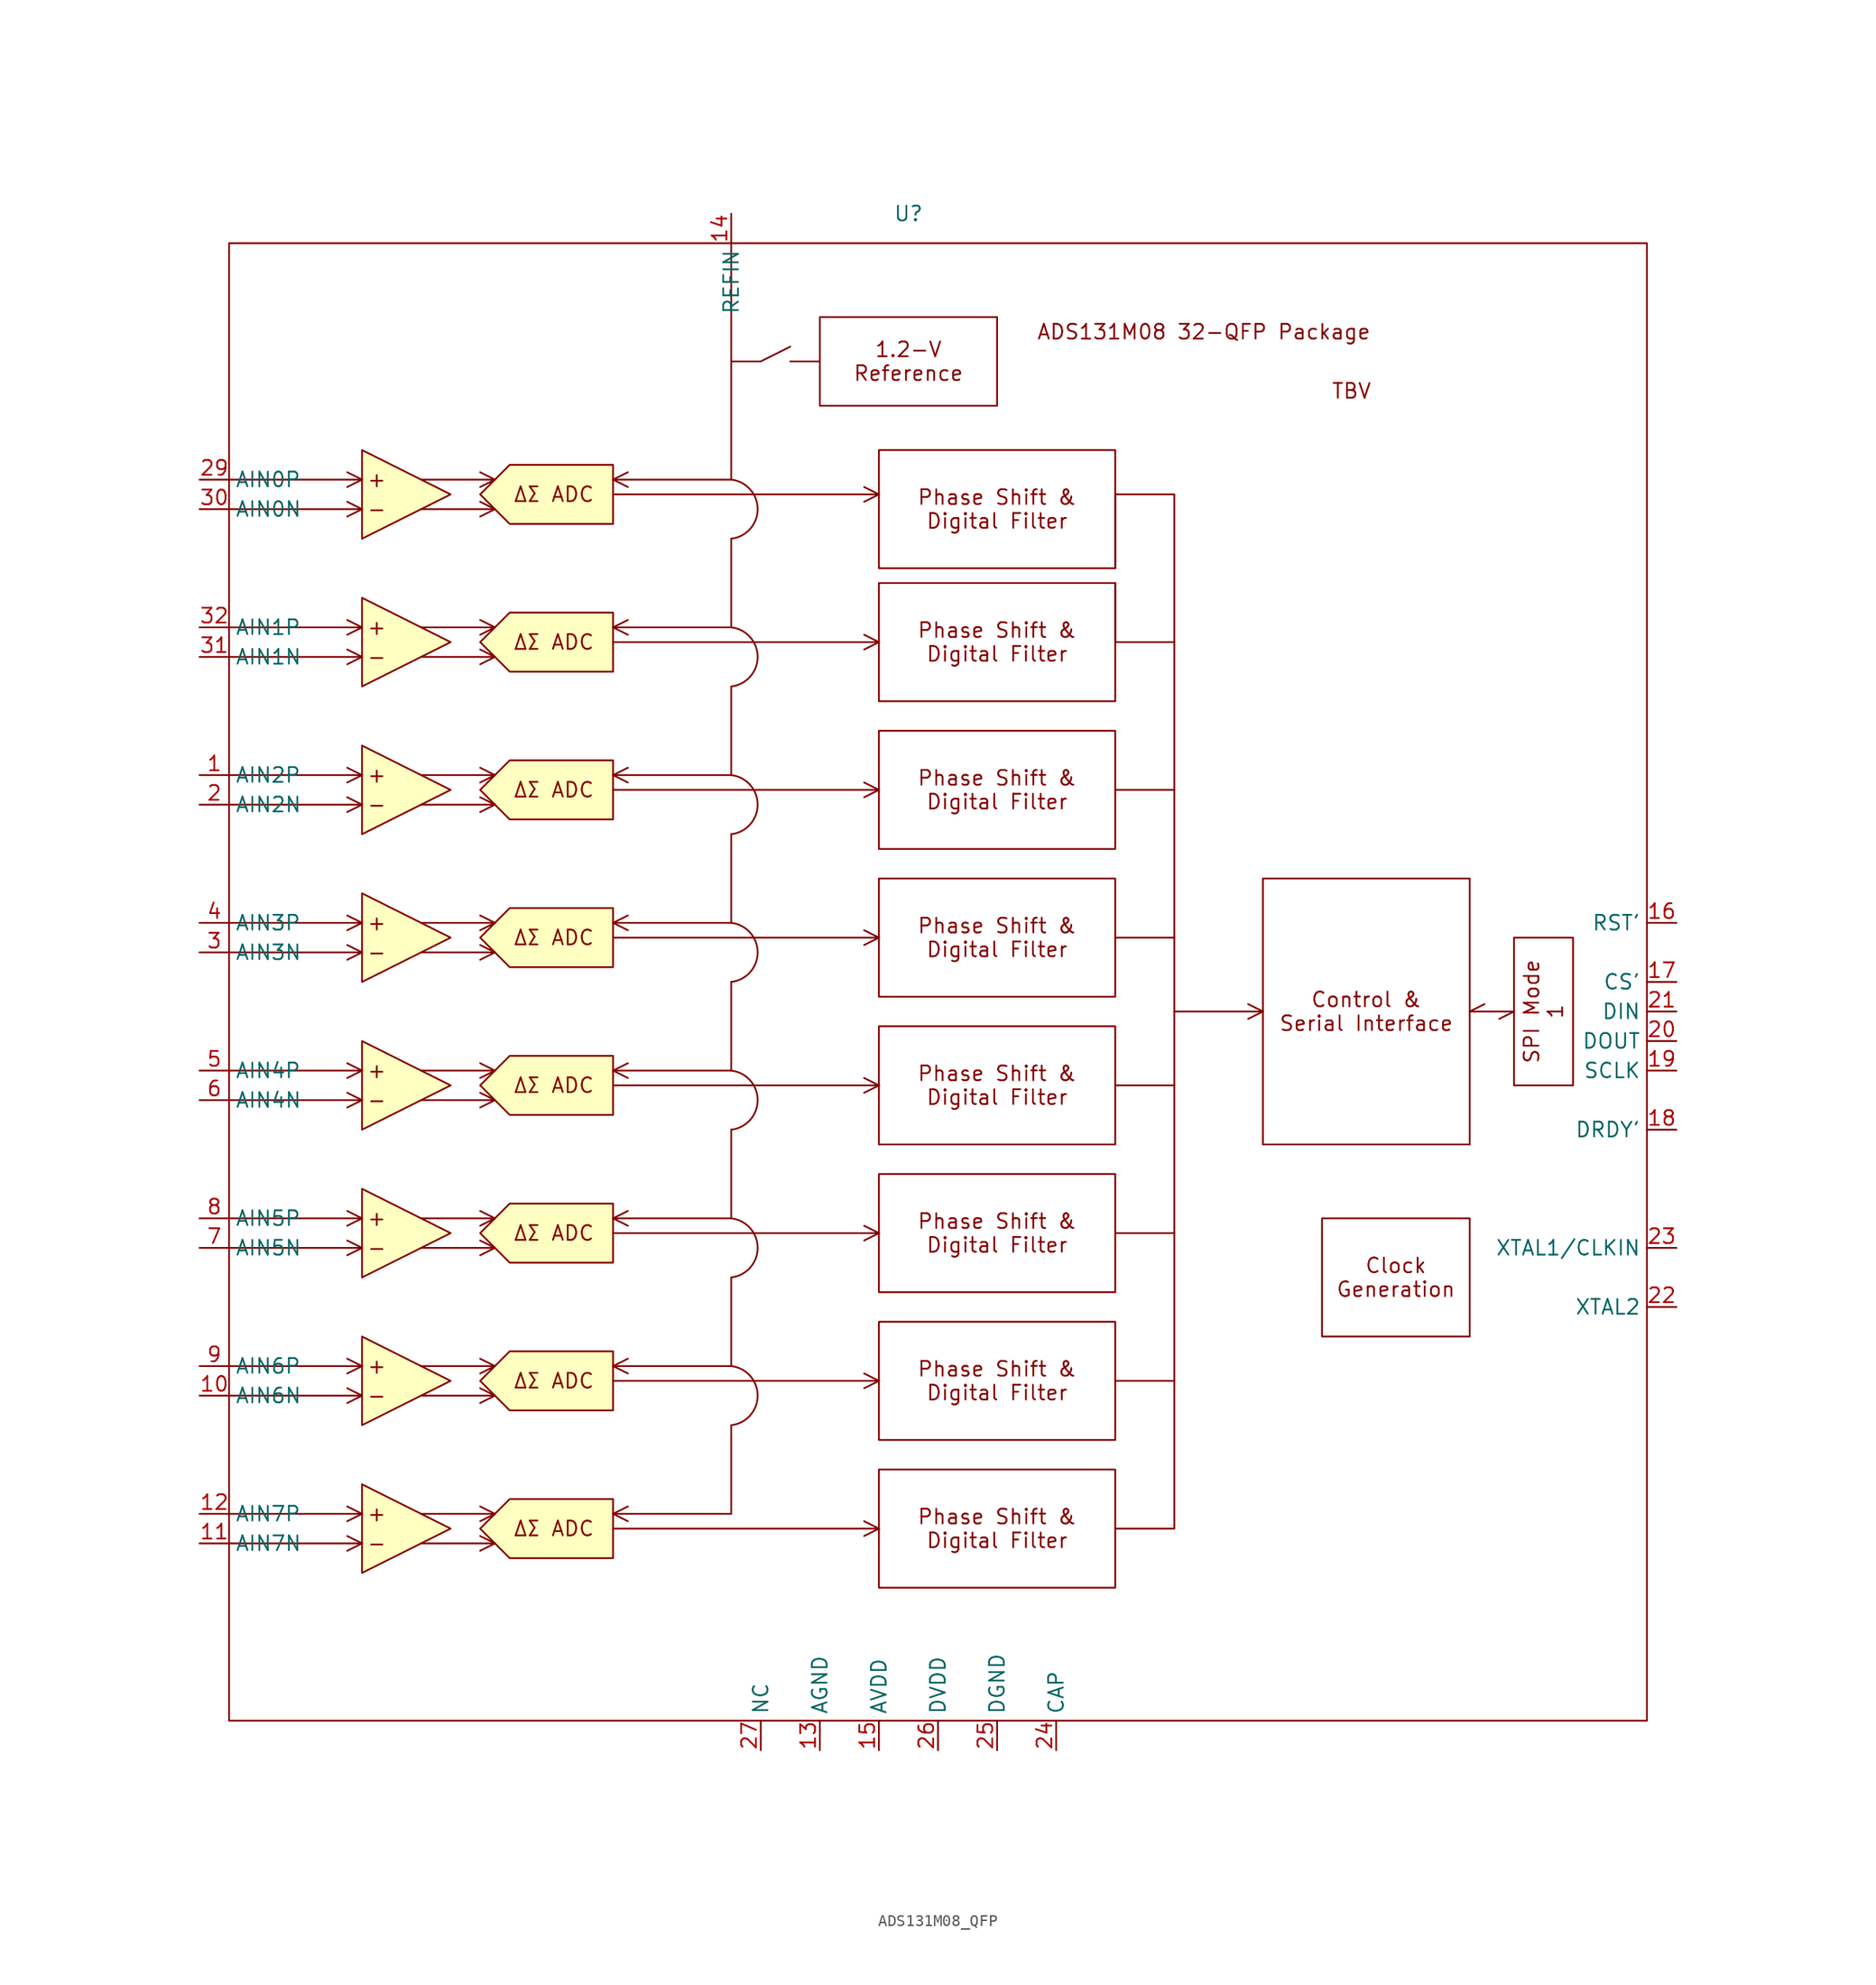
<source format=kicad_sym>
(kicad_symbol_lib
  (version 20220914)
  (generator kicad_symbol_editor)
  (symbol "ADS131M08_QFP"
    (property "Reference" "U"
      (at 30.48 30.48 0)
      (effects (font (size 1.27 1.27))))
    (property "Value" ""
      (at 91.44 -40.64 0)
      (effects (font (size 1.27 1.27))))
    (symbol "ADS131M08_QFP_0_1"
      (polyline (pts (xy 20.32 17.78) (xy 22.86 17.78)) (stroke (width 0) (type default)) (fill (type none)))
      (polyline (pts (xy 15.24 17.78) (xy 17.78 17.78) (xy 20.32 19.05)) (stroke (width 0) (type default)) (fill (type none))))
    (symbol "ADS131M08_QFP_1_1"
      (rectangle (start -27.94 27.94) (end 93.98 -99.06) (stroke (width 0) (type default)) (fill (type none)))
      (polyline (pts (xy -27.94 -83.82) (xy -16.51 -83.82)) (stroke (width 0) (type default)) (fill (type none)))
      (polyline (pts (xy -27.94 -81.28) (xy -16.51 -81.28)) (stroke (width 0) (type default)) (fill (type none)))
      (polyline (pts (xy -27.94 -71.12) (xy -16.51 -71.12)) (stroke (width 0) (type default)) (fill (type none)))
      (polyline (pts (xy -27.94 -68.58) (xy -16.51 -68.58)) (stroke (width 0) (type default)) (fill (type none)))
      (polyline (pts (xy -27.94 -58.42) (xy -16.51 -58.42)) (stroke (width 0) (type default)) (fill (type none)))
      (polyline (pts (xy -27.94 -55.88) (xy -16.51 -55.88)) (stroke (width 0) (type default)) (fill (type none)))
      (polyline (pts (xy -27.94 -45.72) (xy -16.51 -45.72)) (stroke (width 0) (type default)) (fill (type none)))
      (polyline (pts (xy -27.94 -43.18) (xy -16.51 -43.18)) (stroke (width 0) (type default)) (fill (type none)))
      (polyline (pts (xy -27.94 -33.02) (xy -16.51 -33.02)) (stroke (width 0) (type default)) (fill (type none)))
      (polyline (pts (xy -27.94 -30.48) (xy -16.51 -30.48)) (stroke (width 0) (type default)) (fill (type none)))
      (polyline (pts (xy -27.94 -20.32) (xy -16.51 -20.32)) (stroke (width 0) (type default)) (fill (type none)))
      (polyline (pts (xy -27.94 -17.78) (xy -16.51 -17.78)) (stroke (width 0) (type default)) (fill (type none)))
      (polyline (pts (xy -27.94 -7.62) (xy -16.51 -7.62)) (stroke (width 0) (type default)) (fill (type none)))
      (polyline (pts (xy -27.94 -5.08) (xy -16.51 -5.08)) (stroke (width 0) (type default)) (fill (type none)))
      (polyline (pts (xy -27.94 5.08) (xy -16.51 5.08)) (stroke (width 0) (type default)) (fill (type none)))
      (polyline (pts (xy -27.94 7.62) (xy -16.51 7.62)) (stroke (width 0) (type default)) (fill (type none)))
      (polyline (pts (xy -16.51 -83.82) (xy -17.78 -84.455)) (stroke (width 0) (type default)) (fill (type color) (color 0 0 0 0)))
      (polyline (pts (xy -16.51 -83.82) (xy -17.78 -83.185)) (stroke (width 0) (type default)) (fill (type color) (color 0 0 0 0)))
      (polyline (pts (xy -16.51 -81.28) (xy -17.78 -81.915)) (stroke (width 0) (type default)) (fill (type color) (color 0 0 0 0)))
      (polyline (pts (xy -16.51 -81.28) (xy -17.78 -80.645)) (stroke (width 0) (type default)) (fill (type color) (color 0 0 0 0)))
      (polyline (pts (xy -16.51 -71.12) (xy -17.78 -71.755)) (stroke (width 0) (type default)) (fill (type color) (color 0 0 0 0)))
      (polyline (pts (xy -16.51 -71.12) (xy -17.78 -70.485)) (stroke (width 0) (type default)) (fill (type color) (color 0 0 0 0)))
      (polyline (pts (xy -16.51 -68.58) (xy -17.78 -69.215)) (stroke (width 0) (type default)) (fill (type color) (color 0 0 0 0)))
      (polyline (pts (xy -16.51 -68.58) (xy -17.78 -67.945)) (stroke (width 0) (type default)) (fill (type color) (color 0 0 0 0)))
      (polyline (pts (xy -16.51 -58.42) (xy -17.78 -59.055)) (stroke (width 0) (type default)) (fill (type color) (color 0 0 0 0)))
      (polyline (pts (xy -16.51 -58.42) (xy -17.78 -57.785)) (stroke (width 0) (type default)) (fill (type color) (color 0 0 0 0)))
      (polyline (pts (xy -16.51 -55.88) (xy -17.78 -56.515)) (stroke (width 0) (type default)) (fill (type color) (color 0 0 0 0)))
      (polyline (pts (xy -16.51 -55.88) (xy -17.78 -55.245)) (stroke (width 0) (type default)) (fill (type color) (color 0 0 0 0)))
      (polyline (pts (xy -16.51 -45.72) (xy -17.78 -46.355)) (stroke (width 0) (type default)) (fill (type color) (color 0 0 0 0)))
      (polyline (pts (xy -16.51 -45.72) (xy -17.78 -45.085)) (stroke (width 0) (type default)) (fill (type color) (color 0 0 0 0)))
      (polyline (pts (xy -16.51 -43.18) (xy -17.78 -43.815)) (stroke (width 0) (type default)) (fill (type color) (color 0 0 0 0)))
      (polyline (pts (xy -16.51 -43.18) (xy -17.78 -42.545)) (stroke (width 0) (type default)) (fill (type color) (color 0 0 0 0)))
      (polyline (pts (xy -16.51 -33.02) (xy -17.78 -33.655)) (stroke (width 0) (type default)) (fill (type color) (color 0 0 0 0)))
      (polyline (pts (xy -16.51 -33.02) (xy -17.78 -32.385)) (stroke (width 0) (type default)) (fill (type color) (color 0 0 0 0)))
      (polyline (pts (xy -16.51 -30.48) (xy -17.78 -31.115)) (stroke (width 0) (type default)) (fill (type color) (color 0 0 0 0)))
      (polyline (pts (xy -16.51 -30.48) (xy -17.78 -29.845)) (stroke (width 0) (type default)) (fill (type color) (color 0 0 0 0)))
      (polyline (pts (xy -16.51 -20.32) (xy -17.78 -20.955)) (stroke (width 0) (type default)) (fill (type color) (color 0 0 0 0)))
      (polyline (pts (xy -16.51 -20.32) (xy -17.78 -19.685)) (stroke (width 0) (type default)) (fill (type color) (color 0 0 0 0)))
      (polyline (pts (xy -16.51 -17.78) (xy -17.78 -18.415)) (stroke (width 0) (type default)) (fill (type color) (color 0 0 0 0)))
      (polyline (pts (xy -16.51 -17.78) (xy -17.78 -17.145)) (stroke (width 0) (type default)) (fill (type color) (color 0 0 0 0)))
      (polyline (pts (xy -16.51 -7.62) (xy -17.78 -8.255)) (stroke (width 0) (type default)) (fill (type color) (color 0 0 0 0)))
      (polyline (pts (xy -16.51 -7.62) (xy -17.78 -6.985)) (stroke (width 0) (type default)) (fill (type color) (color 0 0 0 0)))
      (polyline (pts (xy -16.51 -5.08) (xy -17.78 -5.715)) (stroke (width 0) (type default)) (fill (type color) (color 0 0 0 0)))
      (polyline (pts (xy -16.51 -5.08) (xy -17.78 -4.445)) (stroke (width 0) (type default)) (fill (type color) (color 0 0 0 0)))
      (polyline (pts (xy -16.51 5.08) (xy -17.78 4.445)) (stroke (width 0) (type default)) (fill (type color) (color 0 0 0 0)))
      (polyline (pts (xy -16.51 5.08) (xy -17.78 5.715)) (stroke (width 0) (type default)) (fill (type color) (color 0 0 0 0)))
      (polyline (pts (xy -16.51 7.62) (xy -17.78 6.985)) (stroke (width 0) (type default)) (fill (type color) (color 0 0 0 0)))
      (polyline (pts (xy -16.51 7.62) (xy -17.78 8.255)) (stroke (width 0) (type default)) (fill (type color) (color 0 0 0 0)))
      (polyline (pts (xy -11.43 -83.82) (xy -5.08 -83.82)) (stroke (width 0) (type default)) (fill (type none)))
      (polyline (pts (xy -11.43 -81.28) (xy -5.08 -81.28)) (stroke (width 0) (type default)) (fill (type none)))
      (polyline (pts (xy -11.43 -71.12) (xy -5.08 -71.12)) (stroke (width 0) (type default)) (fill (type none)))
      (polyline (pts (xy -11.43 -68.58) (xy -5.08 -68.58)) (stroke (width 0) (type default)) (fill (type none)))
      (polyline (pts (xy -11.43 -58.42) (xy -5.08 -58.42)) (stroke (width 0) (type default)) (fill (type none)))
      (polyline (pts (xy -11.43 -55.88) (xy -5.08 -55.88)) (stroke (width 0) (type default)) (fill (type none)))
      (polyline (pts (xy -11.43 -45.72) (xy -5.08 -45.72)) (stroke (width 0) (type default)) (fill (type none)))
      (polyline (pts (xy -11.43 -43.18) (xy -5.08 -43.18)) (stroke (width 0) (type default)) (fill (type none)))
      (polyline (pts (xy -11.43 -33.02) (xy -5.08 -33.02)) (stroke (width 0) (type default)) (fill (type none)))
      (polyline (pts (xy -11.43 -30.48) (xy -5.08 -30.48)) (stroke (width 0) (type default)) (fill (type none)))
      (polyline (pts (xy -11.43 -20.32) (xy -5.08 -20.32)) (stroke (width 0) (type default)) (fill (type none)))
      (polyline (pts (xy -11.43 -17.78) (xy -5.08 -17.78)) (stroke (width 0) (type default)) (fill (type none)))
      (polyline (pts (xy -11.43 -7.62) (xy -5.08 -7.62)) (stroke (width 0) (type default)) (fill (type none)))
      (polyline (pts (xy -11.43 -5.08) (xy -5.08 -5.08)) (stroke (width 0) (type default)) (fill (type none)))
      (polyline (pts (xy -11.43 5.08) (xy -5.08 5.08)) (stroke (width 0) (type default)) (fill (type none)))
      (polyline (pts (xy -11.43 7.62) (xy -5.08 7.62)) (stroke (width 0) (type default)) (fill (type none)))
      (polyline (pts (xy -5.08 -83.82) (xy -6.35 -84.455)) (stroke (width 0) (type default)) (fill (type color) (color 0 0 0 0)))
      (polyline (pts (xy -5.08 -83.82) (xy -6.35 -83.185)) (stroke (width 0) (type default)) (fill (type color) (color 0 0 0 0)))
      (polyline (pts (xy -5.08 -81.28) (xy -6.35 -81.915)) (stroke (width 0) (type default)) (fill (type color) (color 0 0 0 0)))
      (polyline (pts (xy -5.08 -81.28) (xy -6.35 -80.645)) (stroke (width 0) (type default)) (fill (type color) (color 0 0 0 0)))
      (polyline (pts (xy -5.08 -71.12) (xy -6.35 -71.755)) (stroke (width 0) (type default)) (fill (type color) (color 0 0 0 0)))
      (polyline (pts (xy -5.08 -71.12) (xy -6.35 -70.485)) (stroke (width 0) (type default)) (fill (type color) (color 0 0 0 0)))
      (polyline (pts (xy -5.08 -68.58) (xy -6.35 -69.215)) (stroke (width 0) (type default)) (fill (type color) (color 0 0 0 0)))
      (polyline (pts (xy -5.08 -68.58) (xy -6.35 -67.945)) (stroke (width 0) (type default)) (fill (type color) (color 0 0 0 0)))
      (polyline (pts (xy -5.08 -58.42) (xy -6.35 -59.055)) (stroke (width 0) (type default)) (fill (type color) (color 0 0 0 0)))
      (polyline (pts (xy -5.08 -58.42) (xy -6.35 -57.785)) (stroke (width 0) (type default)) (fill (type color) (color 0 0 0 0)))
      (polyline (pts (xy -5.08 -55.88) (xy -6.35 -56.515)) (stroke (width 0) (type default)) (fill (type color) (color 0 0 0 0)))
      (polyline (pts (xy -5.08 -55.88) (xy -6.35 -55.245)) (stroke (width 0) (type default)) (fill (type color) (color 0 0 0 0)))
      (polyline (pts (xy -5.08 -45.72) (xy -6.35 -46.355)) (stroke (width 0) (type default)) (fill (type color) (color 0 0 0 0)))
      (polyline (pts (xy -5.08 -45.72) (xy -6.35 -45.085)) (stroke (width 0) (type default)) (fill (type color) (color 0 0 0 0)))
      (polyline (pts (xy -5.08 -43.18) (xy -6.35 -43.815)) (stroke (width 0) (type default)) (fill (type color) (color 0 0 0 0)))
      (polyline (pts (xy -5.08 -43.18) (xy -6.35 -42.545)) (stroke (width 0) (type default)) (fill (type color) (color 0 0 0 0)))
      (polyline (pts (xy -5.08 -33.02) (xy -6.35 -33.655)) (stroke (width 0) (type default)) (fill (type color) (color 0 0 0 0)))
      (polyline (pts (xy -5.08 -33.02) (xy -6.35 -32.385)) (stroke (width 0) (type default)) (fill (type color) (color 0 0 0 0)))
      (polyline (pts (xy -5.08 -30.48) (xy -6.35 -31.115)) (stroke (width 0) (type default)) (fill (type color) (color 0 0 0 0)))
      (polyline (pts (xy -5.08 -30.48) (xy -6.35 -29.845)) (stroke (width 0) (type default)) (fill (type color) (color 0 0 0 0)))
      (polyline (pts (xy -5.08 -20.32) (xy -6.35 -20.955)) (stroke (width 0) (type default)) (fill (type color) (color 0 0 0 0)))
      (polyline (pts (xy -5.08 -20.32) (xy -6.35 -19.685)) (stroke (width 0) (type default)) (fill (type color) (color 0 0 0 0)))
      (polyline (pts (xy -5.08 -17.78) (xy -6.35 -18.415)) (stroke (width 0) (type default)) (fill (type color) (color 0 0 0 0)))
      (polyline (pts (xy -5.08 -17.78) (xy -6.35 -17.145)) (stroke (width 0) (type default)) (fill (type color) (color 0 0 0 0)))
      (polyline (pts (xy -5.08 -7.62) (xy -6.35 -8.255)) (stroke (width 0) (type default)) (fill (type color) (color 0 0 0 0)))
      (polyline (pts (xy -5.08 -7.62) (xy -6.35 -6.985)) (stroke (width 0) (type default)) (fill (type color) (color 0 0 0 0)))
      (polyline (pts (xy -5.08 -5.08) (xy -6.35 -5.715)) (stroke (width 0) (type default)) (fill (type color) (color 0 0 0 0)))
      (polyline (pts (xy -5.08 -5.08) (xy -6.35 -4.445)) (stroke (width 0) (type default)) (fill (type color) (color 0 0 0 0)))
      (polyline (pts (xy -5.08 5.08) (xy -6.35 4.445)) (stroke (width 0) (type default)) (fill (type color) (color 0 0 0 0)))
      (polyline (pts (xy -5.08 5.08) (xy -6.35 5.715)) (stroke (width 0) (type default)) (fill (type color) (color 0 0 0 0)))
      (polyline (pts (xy -5.08 7.62) (xy -6.35 6.985)) (stroke (width 0) (type default)) (fill (type color) (color 0 0 0 0)))
      (polyline (pts (xy -5.08 7.62) (xy -6.35 8.255)) (stroke (width 0) (type default)) (fill (type color) (color 0 0 0 0)))
      (polyline (pts (xy 5.08 -82.55) (xy 27.94 -82.55)) (stroke (width 0) (type default)) (fill (type color) (color 0 0 0 0)))
      (polyline (pts (xy 5.08 -81.28) (xy 6.35 -81.915)) (stroke (width 0) (type default)) (fill (type color) (color 0 0 0 0)))
      (polyline (pts (xy 5.08 -81.28) (xy 6.35 -80.645)) (stroke (width 0) (type default)) (fill (type color) (color 0 0 0 0)))
      (polyline (pts (xy 5.08 -69.85) (xy 27.94 -69.85)) (stroke (width 0) (type default)) (fill (type color) (color 0 0 0 0)))
      (polyline (pts (xy 5.08 -68.58) (xy 6.35 -69.215)) (stroke (width 0) (type default)) (fill (type color) (color 0 0 0 0)))
      (polyline (pts (xy 5.08 -68.58) (xy 6.35 -67.945)) (stroke (width 0) (type default)) (fill (type color) (color 0 0 0 0)))
      (polyline (pts (xy 5.08 -57.15) (xy 27.94 -57.15)) (stroke (width 0) (type default)) (fill (type color) (color 0 0 0 0)))
      (polyline (pts (xy 5.08 -55.88) (xy 6.35 -56.515)) (stroke (width 0) (type default)) (fill (type color) (color 0 0 0 0)))
      (polyline (pts (xy 5.08 -55.88) (xy 6.35 -55.245)) (stroke (width 0) (type default)) (fill (type color) (color 0 0 0 0)))
      (polyline (pts (xy 5.08 -44.45) (xy 27.94 -44.45)) (stroke (width 0) (type default)) (fill (type color) (color 0 0 0 0)))
      (polyline (pts (xy 5.08 -43.18) (xy 6.35 -43.815)) (stroke (width 0) (type default)) (fill (type color) (color 0 0 0 0)))
      (polyline (pts (xy 5.08 -43.18) (xy 6.35 -42.545)) (stroke (width 0) (type default)) (fill (type color) (color 0 0 0 0)))
      (polyline (pts (xy 5.08 -31.75) (xy 27.94 -31.75)) (stroke (width 0) (type default)) (fill (type color) (color 0 0 0 0)))
      (polyline (pts (xy 5.08 -30.48) (xy 6.35 -31.115)) (stroke (width 0) (type default)) (fill (type color) (color 0 0 0 0)))
      (polyline (pts (xy 5.08 -30.48) (xy 6.35 -29.845)) (stroke (width 0) (type default)) (fill (type color) (color 0 0 0 0)))
      (polyline (pts (xy 5.08 -19.05) (xy 27.94 -19.05)) (stroke (width 0) (type default)) (fill (type color) (color 0 0 0 0)))
      (polyline (pts (xy 5.08 -17.78) (xy 6.35 -18.415)) (stroke (width 0) (type default)) (fill (type color) (color 0 0 0 0)))
      (polyline (pts (xy 5.08 -17.78) (xy 6.35 -17.145)) (stroke (width 0) (type default)) (fill (type color) (color 0 0 0 0)))
      (polyline (pts (xy 5.08 -6.35) (xy 27.94 -6.35)) (stroke (width 0) (type default)) (fill (type color) (color 0 0 0 0)))
      (polyline (pts (xy 5.08 -5.08) (xy 6.35 -5.715)) (stroke (width 0) (type default)) (fill (type color) (color 0 0 0 0)))
      (polyline (pts (xy 5.08 -5.08) (xy 6.35 -4.445)) (stroke (width 0) (type default)) (fill (type color) (color 0 0 0 0)))
      (polyline (pts (xy 5.08 6.35) (xy 27.94 6.35)) (stroke (width 0) (type default)) (fill (type color) (color 0 0 0 0)))
      (polyline (pts (xy 5.08 7.62) (xy 6.35 6.985)) (stroke (width 0) (type default)) (fill (type color) (color 0 0 0 0)))
      (polyline (pts (xy 5.08 7.62) (xy 6.35 8.255)) (stroke (width 0) (type default)) (fill (type color) (color 0 0 0 0)))
      (polyline (pts (xy 27.94 -82.55) (xy 26.67 -83.185)) (stroke (width 0) (type default)) (fill (type color) (color 0 0 0 0)))
      (polyline (pts (xy 27.94 -82.55) (xy 26.67 -81.915)) (stroke (width 0) (type default)) (fill (type color) (color 0 0 0 0)))
      (polyline (pts (xy 27.94 -69.85) (xy 26.67 -70.485)) (stroke (width 0) (type default)) (fill (type color) (color 0 0 0 0)))
      (polyline (pts (xy 27.94 -69.85) (xy 26.67 -69.215)) (stroke (width 0) (type default)) (fill (type color) (color 0 0 0 0)))
      (polyline (pts (xy 27.94 -57.15) (xy 26.67 -57.785)) (stroke (width 0) (type default)) (fill (type color) (color 0 0 0 0)))
      (polyline (pts (xy 27.94 -57.15) (xy 26.67 -56.515)) (stroke (width 0) (type default)) (fill (type color) (color 0 0 0 0)))
      (polyline (pts (xy 27.94 -44.45) (xy 26.67 -45.085)) (stroke (width 0) (type default)) (fill (type color) (color 0 0 0 0)))
      (polyline (pts (xy 27.94 -44.45) (xy 26.67 -43.815)) (stroke (width 0) (type default)) (fill (type color) (color 0 0 0 0)))
      (polyline (pts (xy 27.94 -31.75) (xy 26.67 -32.385)) (stroke (width 0) (type default)) (fill (type color) (color 0 0 0 0)))
      (polyline (pts (xy 27.94 -31.75) (xy 26.67 -31.115)) (stroke (width 0) (type default)) (fill (type color) (color 0 0 0 0)))
      (polyline (pts (xy 27.94 -19.05) (xy 26.67 -19.685)) (stroke (width 0) (type default)) (fill (type color) (color 0 0 0 0)))
      (polyline (pts (xy 27.94 -19.05) (xy 26.67 -18.415)) (stroke (width 0) (type default)) (fill (type color) (color 0 0 0 0)))
      (polyline (pts (xy 27.94 -6.35) (xy 26.67 -6.985)) (stroke (width 0) (type default)) (fill (type color) (color 0 0 0 0)))
      (polyline (pts (xy 27.94 -6.35) (xy 26.67 -5.715)) (stroke (width 0) (type default)) (fill (type color) (color 0 0 0 0)))
      (polyline (pts (xy 27.94 6.35) (xy 26.67 5.715)) (stroke (width 0) (type default)) (fill (type color) (color 0 0 0 0)))
      (polyline (pts (xy 27.94 6.35) (xy 26.67 6.985)) (stroke (width 0) (type default)) (fill (type color) (color 0 0 0 0)))
      (polyline (pts (xy 48.26 -1.27) (xy 48.26 -6.35)) (stroke (width 0) (type default)) (fill (type color) (color 0 0 0 0)))
      (polyline (pts (xy 48.26 6.35) (xy 48.26 0)) (stroke (width 0) (type default)) (fill (type color) (color 0 0 0 0)))
      (polyline (pts (xy 53.34 -38.1) (xy 60.96 -38.1)) (stroke (width 0) (type default)) (fill (type color) (color 0 0 0 0)))
      (polyline (pts (xy 60.96 -38.1) (xy 59.69 -38.735)) (stroke (width 0) (type default)) (fill (type color) (color 0 0 0 0)))
      (polyline (pts (xy 60.96 -38.1) (xy 59.69 -37.465)) (stroke (width 0) (type default)) (fill (type color) (color 0 0 0 0)))
      (polyline (pts (xy 78.74 -38.1) (xy 80.01 -37.465)) (stroke (width 0) (type default)) (fill (type color) (color 0 0 0 0)))
      (polyline (pts (xy 82.55 -38.1) (xy 78.74 -38.1)) (stroke (width 0) (type default)) (fill (type color) (color 0 0 0 0)))
      (polyline (pts (xy 82.55 -38.1) (xy 81.28 -38.735)) (stroke (width 0) (type default)) (fill (type color) (color 0 0 0 0)))
      (polyline (pts (xy 15.24 -73.66) (xy 15.24 -81.28) (xy 5.08 -81.28)) (stroke (width 0) (type default)) (fill (type color) (color 0 0 0 0)))
      (polyline (pts (xy 15.24 -60.96) (xy 15.24 -68.58) (xy 5.08 -68.58)) (stroke (width 0) (type default)) (fill (type color) (color 0 0 0 0)))
      (polyline (pts (xy 15.24 -48.26) (xy 15.24 -55.88) (xy 5.08 -55.88)) (stroke (width 0) (type default)) (fill (type color) (color 0 0 0 0)))
      (polyline (pts (xy 15.24 -35.56) (xy 15.24 -43.18) (xy 5.08 -43.18)) (stroke (width 0) (type default)) (fill (type color) (color 0 0 0 0)))
      (polyline (pts (xy 15.24 -22.86) (xy 15.24 -30.48) (xy 5.08 -30.48)) (stroke (width 0) (type default)) (fill (type color) (color 0 0 0 0)))
      (polyline (pts (xy 15.24 -10.16) (xy 15.24 -17.78) (xy 5.08 -17.78)) (stroke (width 0) (type default)) (fill (type color) (color 0 0 0 0)))
      (polyline (pts (xy 15.24 2.54) (xy 15.24 -5.08) (xy 5.08 -5.08)) (stroke (width 0) (type default)) (fill (type color) (color 0 0 0 0)))
      (polyline (pts (xy 15.24 27.94) (xy 15.24 7.62) (xy 5.08 7.62)) (stroke (width 0) (type default)) (fill (type color) (color 0 0 0 0)))
      (polyline (pts (xy 48.26 -82.55) (xy 53.34 -82.55) (xy 53.34 -69.85)) (stroke (width 0) (type default)) (fill (type none)))
      (polyline (pts (xy 48.26 -69.85) (xy 53.34 -69.85) (xy 53.34 -57.15)) (stroke (width 0) (type default)) (fill (type none)))
      (polyline (pts (xy 48.26 -57.15) (xy 53.34 -57.15) (xy 53.34 -44.45)) (stroke (width 0) (type default)) (fill (type none)))
      (polyline (pts (xy 48.26 -44.45) (xy 53.34 -44.45) (xy 53.34 -31.75)) (stroke (width 0) (type default)) (fill (type none)))
      (polyline (pts (xy 48.26 -31.75) (xy 53.34 -31.75) (xy 53.34 -19.05)) (stroke (width 0) (type default)) (fill (type none)))
      (polyline (pts (xy 48.26 -19.05) (xy 53.34 -19.05) (xy 53.34 -6.35)) (stroke (width 0) (type default)) (fill (type none)))
      (polyline (pts (xy -16.51 -86.36) (xy -8.89 -82.55) (xy -16.51 -78.74) (xy -16.51 -86.36)) (stroke (width 0) (type default)) (fill (type background)))
      (polyline (pts (xy -16.51 -73.66) (xy -8.89 -69.85) (xy -16.51 -66.04) (xy -16.51 -73.66)) (stroke (width 0) (type default)) (fill (type background)))
      (polyline (pts (xy -16.51 -60.96) (xy -8.89 -57.15) (xy -16.51 -53.34) (xy -16.51 -60.96)) (stroke (width 0) (type default)) (fill (type background)))
      (polyline (pts (xy -16.51 -48.26) (xy -8.89 -44.45) (xy -16.51 -40.64) (xy -16.51 -48.26)) (stroke (width 0) (type default)) (fill (type background)))
      (polyline (pts (xy -16.51 -35.56) (xy -8.89 -31.75) (xy -16.51 -27.94) (xy -16.51 -35.56)) (stroke (width 0) (type default)) (fill (type background)))
      (polyline (pts (xy -16.51 -22.86) (xy -8.89 -19.05) (xy -16.51 -15.24) (xy -16.51 -22.86)) (stroke (width 0) (type default)) (fill (type background)))
      (polyline (pts (xy -16.51 -10.16) (xy -8.89 -6.35) (xy -16.51 -2.54) (xy -16.51 -10.16)) (stroke (width 0) (type default)) (fill (type background)))
      (polyline (pts (xy -16.51 2.54) (xy -8.89 6.35) (xy -16.51 10.16) (xy -16.51 2.54)) (stroke (width 0) (type default)) (fill (type background)))
      (polyline (pts (xy 48.26 6.35) (xy 53.34 6.35) (xy 53.34 -6.35) (xy 48.26 -6.35)) (stroke (width 0) (type default)) (fill (type color) (color 0 0 0 0)))
      (polyline (pts (xy -6.35 -82.55) (xy -3.81 -80.01) (xy 5.08 -80.01) (xy 5.08 -85.09) (xy -3.81 -85.09) (xy -6.35 -82.55)) (stroke (width 0) (type default)) (fill (type background)))
      (polyline (pts (xy -6.35 -69.85) (xy -3.81 -67.31) (xy 5.08 -67.31) (xy 5.08 -72.39) (xy -3.81 -72.39) (xy -6.35 -69.85)) (stroke (width 0) (type default)) (fill (type background)))
      (polyline (pts (xy -6.35 -57.15) (xy -3.81 -54.61) (xy 5.08 -54.61) (xy 5.08 -59.69) (xy -3.81 -59.69) (xy -6.35 -57.15)) (stroke (width 0) (type default)) (fill (type background)))
      (polyline (pts (xy -6.35 -44.45) (xy -3.81 -41.91) (xy 5.08 -41.91) (xy 5.08 -46.99) (xy -3.81 -46.99) (xy -6.35 -44.45)) (stroke (width 0) (type default)) (fill (type background)))
      (polyline (pts (xy -6.35 -31.75) (xy -3.81 -29.21) (xy 5.08 -29.21) (xy 5.08 -34.29) (xy -3.81 -34.29) (xy -6.35 -31.75)) (stroke (width 0) (type default)) (fill (type background)))
      (polyline (pts (xy -6.35 -19.05) (xy -3.81 -16.51) (xy 5.08 -16.51) (xy 5.08 -21.59) (xy -3.81 -21.59) (xy -6.35 -19.05)) (stroke (width 0) (type default)) (fill (type background)))
      (polyline (pts (xy -6.35 -6.35) (xy -3.81 -3.81) (xy 5.08 -3.81) (xy 5.08 -8.89) (xy -3.81 -8.89) (xy -6.35 -6.35)) (stroke (width 0) (type default)) (fill (type background)))
      (polyline (pts (xy -6.35 6.35) (xy -3.81 8.89) (xy 5.08 8.89) (xy 5.08 3.81) (xy -3.81 3.81) (xy -6.35 6.35)) (stroke (width 0) (type default)) (fill (type background)))
      (arc (start 15.24 -73.66) (mid 17.5127 -71.12) (end 15.24 -68.58) (stroke (width 0) (type default)) (fill (type color) (color 0 0 0 0)))
      (arc (start 15.24 -60.96) (mid 17.5127 -58.42) (end 15.24 -55.88) (stroke (width 0) (type default)) (fill (type color) (color 0 0 0 0)))
      (arc (start 15.24 -48.26) (mid 17.5127 -45.72) (end 15.24 -43.18) (stroke (width 0) (type default)) (fill (type color) (color 0 0 0 0)))
      (arc (start 15.24 -35.56) (mid 17.5127 -33.02) (end 15.24 -30.48) (stroke (width 0) (type default)) (fill (type color) (color 0 0 0 0)))
      (arc (start 15.24 -22.86) (mid 17.5127 -20.32) (end 15.24 -17.78) (stroke (width 0) (type default)) (fill (type color) (color 0 0 0 0)))
      (arc (start 15.24 -10.16) (mid 17.5127 -7.62) (end 15.24 -5.08) (stroke (width 0) (type default)) (fill (type color) (color 0 0 0 0)))
      (arc (start 15.24 2.54) (mid 17.5127 5.08) (end 15.24 7.62) (stroke (width 0) (type default)) (fill (type color) (color 0 0 0 0)))
      (text "+" (at -15.24 -81.28 0) (effects (font (size 1.27 1.27))))
      (text "+" (at -15.24 -68.58 0) (effects (font (size 1.27 1.27))))
      (text "+" (at -15.24 -55.88 0) (effects (font (size 1.27 1.27))))
      (text "+" (at -15.24 -43.18 0) (effects (font (size 1.27 1.27))))
      (text "+" (at -15.24 -30.48 0) (effects (font (size 1.27 1.27))))
      (text "+" (at -15.24 -17.78 0) (effects (font (size 1.27 1.27))))
      (text "+" (at -15.24 -5.08 0) (effects (font (size 1.27 1.27))))
      (text "+" (at -15.24 7.62 0) (effects (font (size 1.27 1.27))))
      (text "-" (at -15.24 -83.82 0) (effects (font (size 1.27 1.27))))
      (text "-" (at -15.24 -71.12 0) (effects (font (size 1.27 1.27))))
      (text "-" (at -15.24 -58.42 0) (effects (font (size 1.27 1.27))))
      (text "-" (at -15.24 -45.72 0) (effects (font (size 1.27 1.27))))
      (text "-" (at -15.24 -33.02 0) (effects (font (size 1.27 1.27))))
      (text "-" (at -15.24 -20.32 0) (effects (font (size 1.27 1.27))))
      (text "-" (at -15.24 -7.62 0) (effects (font (size 1.27 1.27))))
      (text "-" (at -15.24 5.08 0) (effects (font (size 1.27 1.27))))
      (text "ADS131M08 32-QFP Package" (at 55.88 20.32 0) (effects (font (size 1.27 1.27))))
      (text "TBV" (at 68.58 15.24 0) (effects (font (size 1.27 1.27))))
      (text "ΔΣ ADC" (at 0 -82.55 0) (effects (font (size 1.27 1.27))))
      (text "ΔΣ ADC" (at 0 -69.85 0) (effects (font (size 1.27 1.27))))
      (text "ΔΣ ADC" (at 0 -57.15 0) (effects (font (size 1.27 1.27))))
      (text "ΔΣ ADC" (at 0 -44.45 0) (effects (font (size 1.27 1.27))))
      (text "ΔΣ ADC" (at 0 -31.75 0) (effects (font (size 1.27 1.27))))
      (text "ΔΣ ADC" (at 0 -19.05 0) (effects (font (size 1.27 1.27))))
      (text "ΔΣ ADC" (at 0 -6.35 0) (effects (font (size 1.27 1.27))))
      (text "ΔΣ ADC" (at 0 6.35 0) (effects (font (size 1.27 1.27))))
      (text_box "1.2-V\nReference" (at 22.86 21.59 0) (size 15.24 -7.62) (stroke (width 0) (type default)) (fill (type color) (color 0 0 0 0)) (effects (font (size 1.27 1.27))))
      (text_box "Clock\nGeneration" (at 66.04 -55.88 0) (size 12.7 -10.16) (stroke (width 0) (type default)) (fill (type color) (color 0 0 0 0)) (effects (font (size 1.27 1.27))))
      (text_box "Control &\nSerial Interface" (at 60.96 -26.67 0) (size 17.78 -22.86) (stroke (width 0) (type default)) (fill (type color) (color 0 0 0 0)) (effects (font (size 1.27 1.27))))
      (text_box "Phase Shift &\nDigital Filter" (at 27.94 -77.47 0) (size 20.32 -10.16) (stroke (width 0) (type default)) (fill (type color) (color 0 0 0 0)) (effects (font (size 1.27 1.27))))
      (text_box "Phase Shift &\nDigital Filter" (at 27.94 -64.77 0) (size 20.32 -10.16) (stroke (width 0) (type default)) (fill (type color) (color 0 0 0 0)) (effects (font (size 1.27 1.27))))
      (text_box "Phase Shift &\nDigital Filter" (at 27.94 -52.07 0) (size 20.32 -10.16) (stroke (width 0) (type default)) (fill (type color) (color 0 0 0 0)) (effects (font (size 1.27 1.27))))
      (text_box "Phase Shift &\nDigital Filter" (at 27.94 -39.37 0) (size 20.32 -10.16) (stroke (width 0) (type default)) (fill (type color) (color 0 0 0 0)) (effects (font (size 1.27 1.27))))
      (text_box "Phase Shift &\nDigital Filter" (at 27.94 -26.67 0) (size 20.32 -10.16) (stroke (width 0) (type default)) (fill (type color) (color 0 0 0 0)) (effects (font (size 1.27 1.27))))
      (text_box "Phase Shift &\nDigital Filter" (at 27.94 -13.97 0) (size 20.32 -10.16) (stroke (width 0) (type default)) (fill (type color) (color 0 0 0 0)) (effects (font (size 1.27 1.27))))
      (text_box "Phase Shift &\nDigital Filter" (at 27.94 -1.27 0) (size 20.32 -10.16) (stroke (width 0) (type default)) (fill (type color) (color 0 0 0 0)) (effects (font (size 1.27 1.27))))
      (text_box "Phase Shift &\nDigital Filter" (at 27.94 10.16 0) (size 20.32 -10.16) (stroke (width 0) (type default)) (fill (type color) (color 0 0 0 0)) (effects (font (size 1.27 1.27))))
      (text_box "SPI Mode 1" (at 82.55 -31.75 90) (size 5.08 -12.7) (stroke (width 0) (type default)) (fill (type color) (color 0 0 0 0)) (effects (font (size 1.27 1.27))))
      (pin input line (at -30.48 -17.78 0) (length 2.54) (name "AIN2P" (effects (font (size 1.27 1.27)))) (number "1" (effects (font (size 1.27 1.27)))))
      (pin input line (at -30.48 -71.12 0) (length 2.54) (name "AIN6N" (effects (font (size 1.27 1.27)))) (number "10" (effects (font (size 1.27 1.27)))))
      (pin input line (at -30.48 -83.82 0) (length 2.54) (name "AIN7N" (effects (font (size 1.27 1.27)))) (number "11" (effects (font (size 1.27 1.27)))))
      (pin input line (at -30.48 -81.28 0) (length 2.54) (name "AIN7P" (effects (font (size 1.27 1.27)))) (number "12" (effects (font (size 1.27 1.27)))))
      (pin input line (at 22.86 -101.6 90) (length 2.54) (name "AGND" (effects (font (size 1.27 1.27)))) (number "13" (effects (font (size 1.27 1.27)))))
      (pin input line (at 15.24 30.48 270) (length 2.54) (name "REFIN" (effects (font (size 1.27 1.27)))) (number "14" (effects (font (size 1.27 1.27)))))
      (pin input line (at 27.94 -101.6 90) (length 2.54) (name "AVDD" (effects (font (size 1.27 1.27)))) (number "15" (effects (font (size 1.27 1.27)))))
      (pin input line (at 96.52 -30.48 180) (length 2.54) (name "RST'" (effects (font (size 1.27 1.27)))) (number "16" (effects (font (size 1.27 1.27)))))
      (pin input line (at 96.52 -35.56 180) (length 2.54) (name "CS'" (effects (font (size 1.27 1.27)))) (number "17" (effects (font (size 1.27 1.27)))))
      (pin input line (at 96.52 -48.26 180) (length 2.54) (name "DRDY'" (effects (font (size 1.27 1.27)))) (number "18" (effects (font (size 1.27 1.27)))))
      (pin input line (at 96.52 -43.18 180) (length 2.54) (name "SCLK" (effects (font (size 1.27 1.27)))) (number "19" (effects (font (size 1.27 1.27)))))
      (pin input line (at -30.48 -20.32 0) (length 2.54) (name "AIN2N" (effects (font (size 1.27 1.27)))) (number "2" (effects (font (size 1.27 1.27)))))
      (pin input line (at 96.52 -40.64 180) (length 2.54) (name "DOUT" (effects (font (size 1.27 1.27)))) (number "20" (effects (font (size 1.27 1.27)))))
      (pin input line (at 96.52 -38.1 180) (length 2.54) (name "DIN" (effects (font (size 1.27 1.27)))) (number "21" (effects (font (size 1.27 1.27)))))
      (pin input line (at 96.52 -63.5 180) (length 2.54) (name "XTAL2" (effects (font (size 1.27 1.27)))) (number "22" (effects (font (size 1.27 1.27)))))
      (pin input line (at 96.52 -58.42 180) (length 2.54) (name "XTAL1/CLKIN" (effects (font (size 1.27 1.27)))) (number "23" (effects (font (size 1.27 1.27)))))
      (pin input line (at 43.18 -101.6 90) (length 2.54) (name "CAP" (effects (font (size 1.27 1.27)))) (number "24" (effects (font (size 1.27 1.27)))))
      (pin input line (at 38.1 -101.6 90) (length 2.54) (name "DGND" (effects (font (size 1.27 1.27)))) (number "25" (effects (font (size 1.27 1.27)))))
      (pin input line (at 33.02 -101.6 90) (length 2.54) (name "DVDD" (effects (font (size 1.27 1.27)))) (number "26" (effects (font (size 1.27 1.27)))))
      (pin input line (at 17.78 -101.6 90) (length 2.54) (name "NC" (effects (font (size 1.27 1.27)))) (number "27" (effects (font (size 1.27 1.27)))))
      (pin input line (at 22.86 -101.6 90) (length 2.54) hide (name "AGND" (effects (font (size 1.27 1.27)))) (number "28" (effects (font (size 1.27 1.27)))))
      (pin input line (at -30.48 7.62 0) (length 2.54) (name "AIN0P" (effects (font (size 1.27 1.27)))) (number "29" (effects (font (size 1.27 1.27)))))
      (pin input line (at -30.48 -33.02 0) (length 2.54) (name "AIN3N" (effects (font (size 1.27 1.27)))) (number "3" (effects (font (size 1.27 1.27)))))
      (pin input line (at -30.48 5.08 0) (length 2.54) (name "AIN0N" (effects (font (size 1.27 1.27)))) (number "30" (effects (font (size 1.27 1.27)))))
      (pin input line (at -30.48 -7.62 0) (length 2.54) (name "AIN1N" (effects (font (size 1.27 1.27)))) (number "31" (effects (font (size 1.27 1.27)))))
      (pin input line (at -30.48 -5.08 0) (length 2.54) (name "AIN1P" (effects (font (size 1.27 1.27)))) (number "32" (effects (font (size 1.27 1.27)))))
      (pin input line (at -30.48 -30.48 0) (length 2.54) (name "AIN3P" (effects (font (size 1.27 1.27)))) (number "4" (effects (font (size 1.27 1.27)))))
      (pin input line (at -30.48 -43.18 0) (length 2.54) (name "AIN4P" (effects (font (size 1.27 1.27)))) (number "5" (effects (font (size 1.27 1.27)))))
      (pin input line (at -30.48 -45.72 0) (length 2.54) (name "AIN4N" (effects (font (size 1.27 1.27)))) (number "6" (effects (font (size 1.27 1.27)))))
      (pin input line (at -30.48 -58.42 0) (length 2.54) (name "AIN5N" (effects (font (size 1.27 1.27)))) (number "7" (effects (font (size 1.27 1.27)))))
      (pin input line (at -30.48 -55.88 0) (length 2.54) (name "AIN5P" (effects (font (size 1.27 1.27)))) (number "8" (effects (font (size 1.27 1.27)))))
      (pin input line (at -30.48 -68.58 0) (length 2.54) (name "AIN6P" (effects (font (size 1.27 1.27)))) (number "9" (effects (font (size 1.27 1.27))))))))
</source>
